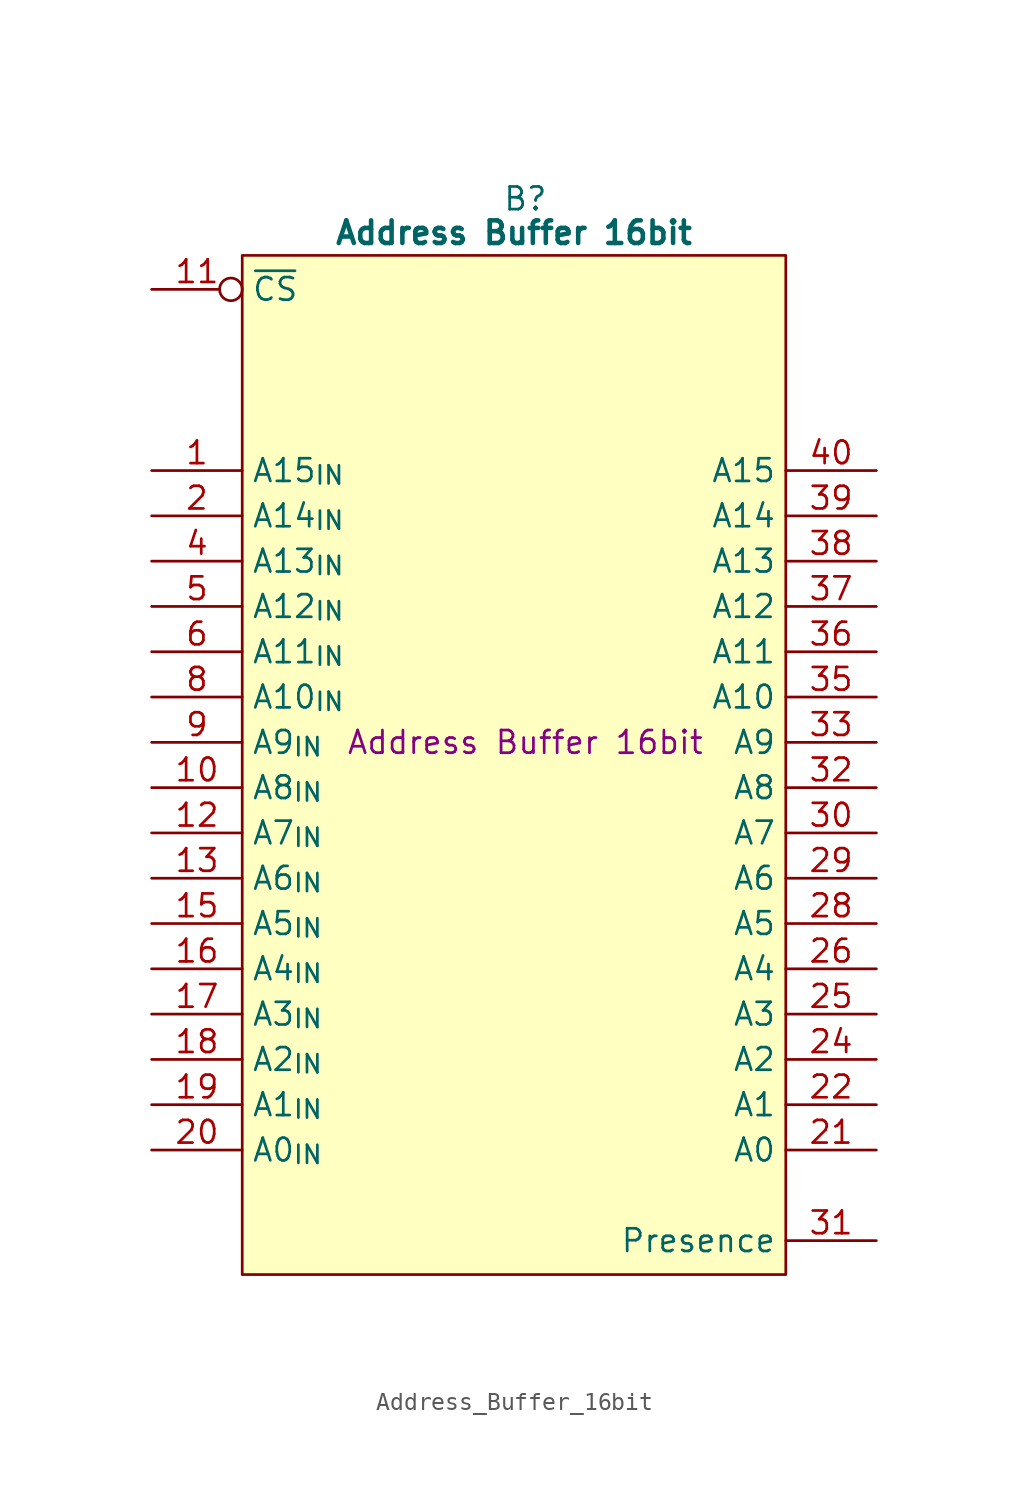
<source format=kicad_sym>
(kicad_symbol_lib
  (version 20241209)
  (generator "kicad_symbol_editor")
  (generator_version "9.0")
  (symbol "Address_Buffer_16bit"
    (property "Reference" "B"
      (at 15.875 5.08 0)
      (effects (font (size 1.27 1.27))))
    (property "Value" "Address Buffer 16bit"
      (at 15.24 3.175 0)
      (effects (font (size 1.27 1.27) (bold yes))))
    (property "Description" "Address Buffer 16bit"
      (at 15.875 -25.4 0)
      (effects (font (size 1.27 1.27))))
    (symbol "Address_Buffer_16bit_0_1"
      (polyline (pts (xy 0 1.905) (xy 30.48 1.905) (xy 30.48 -55.245) (xy 0 -55.245) (xy 0 1.905)) (stroke (width 0.152) (type default)) (fill (type background))))
    (symbol "Address_Buffer_16bit_1_0"
      (pin passive line (at 35.56 -7.62 180) (length 5.08) (hide yes) (name "GND" (effects (font (size 1.27 1.27)))) (number "34" (effects (font (size 1.27 1.27)))))
      (pin output line (at 35.56 -12.7 180) (length 5.08) (name "A14" (effects (font (size 1.27 1.27)))) (number "39" (effects (font (size 1.27 1.27)))))
      (pin output line (at 35.56 -15.24 180) (length 5.08) (name "A13" (effects (font (size 1.27 1.27)))) (number "38" (effects (font (size 1.27 1.27)))))
      (pin output line (at 35.56 -17.78 180) (length 5.08) (name "A12" (effects (font (size 1.27 1.27)))) (number "37" (effects (font (size 1.27 1.27)))))
      (pin output line (at 35.56 -20.32 180) (length 5.08) (name "A11" (effects (font (size 1.27 1.27)))) (number "36" (effects (font (size 1.27 1.27)))))
      (pin output line (at 35.56 -22.86 180) (length 5.08) (name "A10" (effects (font (size 1.27 1.27)))) (number "35" (effects (font (size 1.27 1.27)))))
      (pin output line (at 35.56 -25.4 180) (length 5.08) (name "A9" (effects (font (size 1.27 1.27)))) (number "33" (effects (font (size 1.27 1.27)))))
      (pin output line (at 35.56 -27.94 180) (length 5.08) (name "A8" (effects (font (size 1.27 1.27)))) (number "32" (effects (font (size 1.27 1.27))))))
    (symbol "Address_Buffer_16bit_1_1"
      (pin input inverted (at -5.08 0 0) (length 5.08) (name "~{CS}" (effects (font (size 1.27 1.27)))) (number "11" (effects (font (size 1.27 1.27)))))
      (pin input line (at -5.08 -10.16 0) (length 5.08) (name "A15_{IN}" (effects (font (size 1.27 1.27)))) (number "1" (effects (font (size 1.27 1.27)))))
      (pin input line (at -5.08 -12.7 0) (length 5.08) (name "A14_{IN}" (effects (font (size 1.27 1.27)))) (number "2" (effects (font (size 1.27 1.27)))))
      (pin input line (at -5.08 -15.24 0) (length 5.08) (name "A13_{IN}" (effects (font (size 1.27 1.27)))) (number "4" (effects (font (size 1.27 1.27)))))
      (pin input line (at -5.08 -17.78 0) (length 5.08) (name "A12_{IN}" (effects (font (size 1.27 1.27)))) (number "5" (effects (font (size 1.27 1.27)))))
      (pin input line (at -5.08 -20.32 0) (length 5.08) (name "A11_{IN}" (effects (font (size 1.27 1.27)))) (number "6" (effects (font (size 1.27 1.27)))))
      (pin input line (at -5.08 -22.86 0) (length 5.08) (name "A10_{IN}" (effects (font (size 1.27 1.27)))) (number "8" (effects (font (size 1.27 1.27)))))
      (pin input line (at -5.08 -25.4 0) (length 5.08) (name "A9_{IN}" (effects (font (size 1.27 1.27)))) (number "9" (effects (font (size 1.27 1.27)))))
      (pin input line (at -5.08 -27.94 0) (length 5.08) (name "A8_{IN}" (effects (font (size 1.27 1.27)))) (number "10" (effects (font (size 1.27 1.27)))))
      (pin input line (at -5.08 -30.48 0) (length 5.08) (name "A7_{IN}" (effects (font (size 1.27 1.27)))) (number "12" (effects (font (size 1.27 1.27)))))
      (pin input line (at -5.08 -33.02 0) (length 5.08) (name "A6_{IN}" (effects (font (size 1.27 1.27)))) (number "13" (effects (font (size 1.27 1.27)))))
      (pin input line (at -5.08 -35.56 0) (length 5.08) (name "A5_{IN}" (effects (font (size 1.27 1.27)))) (number "15" (effects (font (size 1.27 1.27)))))
      (pin input line (at -5.08 -38.1 0) (length 5.08) (name "A4_{IN}" (effects (font (size 1.27 1.27)))) (number "16" (effects (font (size 1.27 1.27)))))
      (pin input line (at -5.08 -40.64 0) (length 5.08) (name "A3_{IN}" (effects (font (size 1.27 1.27)))) (number "17" (effects (font (size 1.27 1.27)))))
      (pin input line (at -5.08 -43.18 0) (length 5.08) (name "A2_{IN}" (effects (font (size 1.27 1.27)))) (number "18" (effects (font (size 1.27 1.27)))))
      (pin input line (at -5.08 -45.72 0) (length 5.08) (name "A1_{IN}" (effects (font (size 1.27 1.27)))) (number "19" (effects (font (size 1.27 1.27)))))
      (pin input line (at -5.08 -48.26 0) (length 5.08) (name "A0_{IN}" (effects (font (size 1.27 1.27)))) (number "20" (effects (font (size 1.27 1.27)))))
      (pin passive line (at -5.08 -50.8 0) (length 5.08) (hide yes) (name "5V" (effects (font (size 1.27 1.27)))) (number "3" (effects (font (size 1.27 1.27)))))
      (pin passive line (at -5.08 -53.34 0) (length 5.08) (hide yes) (name "5V" (effects (font (size 1.27 1.27)))) (number "23" (effects (font (size 1.27 1.27)))))
      (pin passive line (at 35.56 0 180) (length 5.08) (hide yes) (name "GND" (effects (font (size 1.27 1.27)))) (number "7" (effects (font (size 1.27 1.27)))))
      (pin passive line (at 35.56 -2.54 180) (length 5.08) (hide yes) (name "GND" (effects (font (size 1.27 1.27)))) (number "14" (effects (font (size 1.27 1.27)))))
      (pin passive line (at 35.56 -5.08 180) (length 5.08) (hide yes) (name "GND" (effects (font (size 1.27 1.27)))) (number "27" (effects (font (size 1.27 1.27)))))
      (pin output line (at 35.56 -10.16 180) (length 5.08) (name "A15" (effects (font (size 1.27 1.27)))) (number "40" (effects (font (size 1.27 1.27)))))
      (pin output line (at 35.56 -30.48 180) (length 5.08) (name "A7" (effects (font (size 1.27 1.27)))) (number "30" (effects (font (size 1.27 1.27)))))
      (pin output line (at 35.56 -33.02 180) (length 5.08) (name "A6" (effects (font (size 1.27 1.27)))) (number "29" (effects (font (size 1.27 1.27)))))
      (pin output line (at 35.56 -35.56 180) (length 5.08) (name "A5" (effects (font (size 1.27 1.27)))) (number "28" (effects (font (size 1.27 1.27)))))
      (pin output line (at 35.56 -38.1 180) (length 5.08) (name "A4" (effects (font (size 1.27 1.27)))) (number "26" (effects (font (size 1.27 1.27)))))
      (pin output line (at 35.56 -40.64 180) (length 5.08) (name "A3" (effects (font (size 1.27 1.27)))) (number "25" (effects (font (size 1.27 1.27)))))
      (pin output line (at 35.56 -43.18 180) (length 5.08) (name "A2" (effects (font (size 1.27 1.27)))) (number "24" (effects (font (size 1.27 1.27)))))
      (pin output line (at 35.56 -45.72 180) (length 5.08) (name "A1" (effects (font (size 1.27 1.27)))) (number "22" (effects (font (size 1.27 1.27)))))
      (pin output line (at 35.56 -48.26 180) (length 5.08) (name "A0" (effects (font (size 1.27 1.27)))) (number "21" (effects (font (size 1.27 1.27)))))
      (pin output line (at 35.56 -53.34 180) (length 5.08) (name "Presence" (effects (font (size 1.27 1.27)))) (number "31" (effects (font (size 1.27 1.27))))))))
</source>
